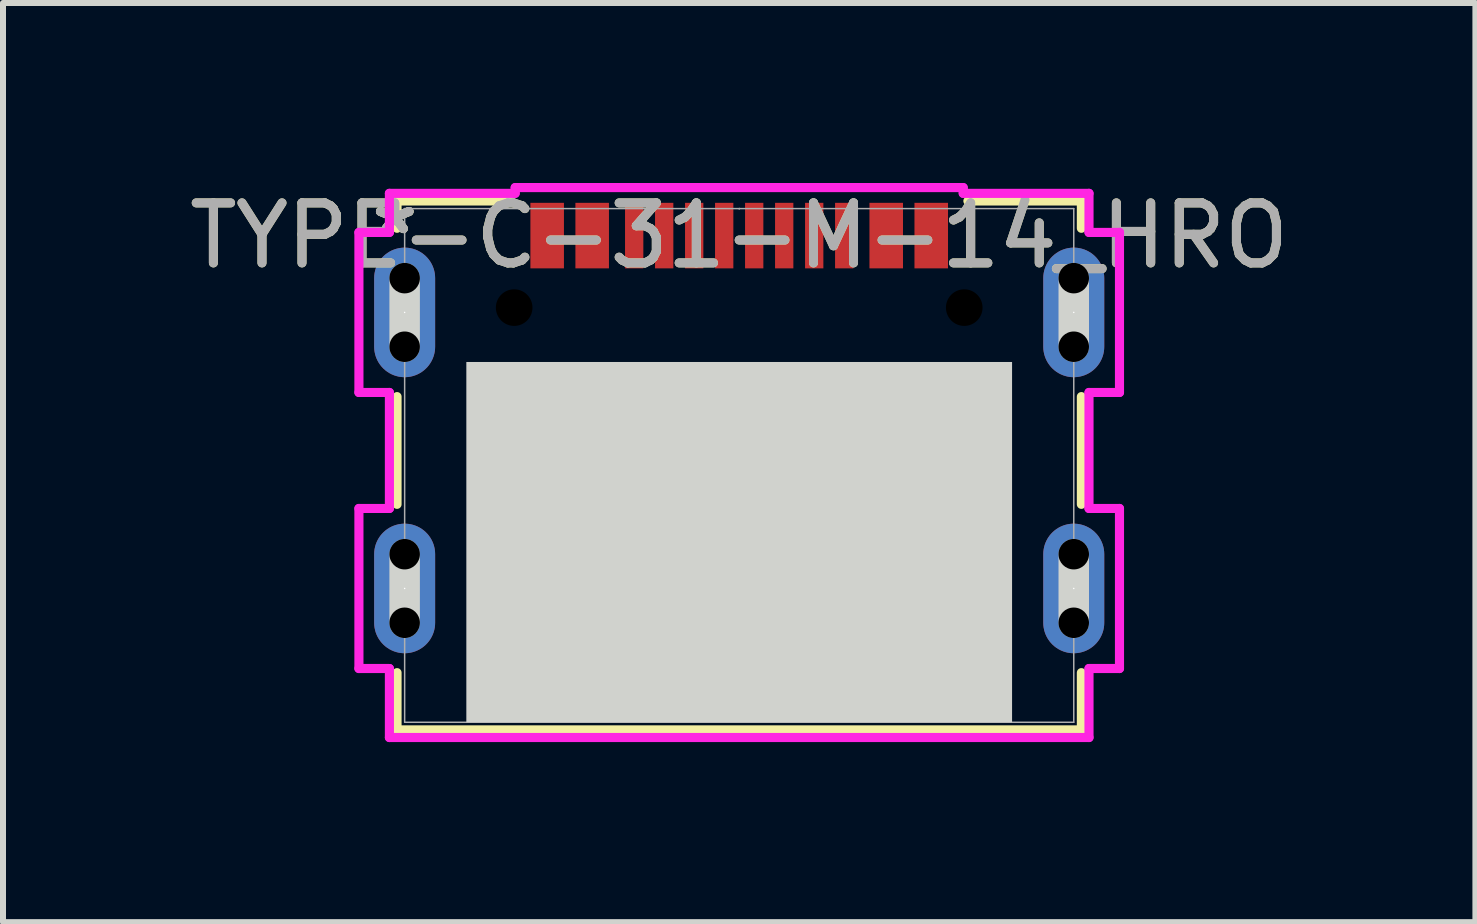
<source format=kicad_pcb>
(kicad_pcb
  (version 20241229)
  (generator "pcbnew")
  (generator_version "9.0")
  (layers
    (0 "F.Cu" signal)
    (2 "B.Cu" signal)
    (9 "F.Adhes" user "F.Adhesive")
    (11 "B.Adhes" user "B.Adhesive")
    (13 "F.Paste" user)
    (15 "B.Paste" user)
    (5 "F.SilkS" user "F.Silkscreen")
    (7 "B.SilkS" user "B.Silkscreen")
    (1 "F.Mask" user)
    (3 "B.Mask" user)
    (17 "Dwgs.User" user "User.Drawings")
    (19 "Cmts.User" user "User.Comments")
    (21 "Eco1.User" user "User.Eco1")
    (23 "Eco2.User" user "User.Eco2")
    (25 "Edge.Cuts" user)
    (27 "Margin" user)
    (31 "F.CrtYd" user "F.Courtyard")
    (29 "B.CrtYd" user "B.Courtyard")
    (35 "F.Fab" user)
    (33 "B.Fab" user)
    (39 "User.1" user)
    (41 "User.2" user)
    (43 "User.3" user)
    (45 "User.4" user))
  (footprint "TYPE-C-31-M-14_HRO"
    (layer "F.Cu")
    (at 9.268 4.706)
    (property "Reference" "TYPE-C-31-M-14_HRO" (at 0 -3.83 0) (unlocked yes) (layer "F.SilkS") (effects (font (size 1 1) (thickness 0.15))))
    (attr smd)
    (fp_line (start -5.702 -4.407) (end -5.702 -3.952) (stroke (width 0.152) (type solid)) (layer "F.SilkS"))
    (fp_line (start -5.702 -1.147) (end -5.702 0.648) (stroke (width 0.152) (type solid)) (layer "F.SilkS"))
    (fp_line (start -5.702 3.453) (end -5.702 4.407) (stroke (width 0.152) (type solid)) (layer "F.SilkS"))
    (fp_line (start -5.702 4.407) (end 5.702 4.407) (stroke (width 0.152) (type solid)) (layer "F.SilkS"))
    (fp_line (start -3.811 -4.407) (end -5.702 -4.407) (stroke (width 0.152) (type solid)) (layer "F.SilkS"))
    (fp_line (start 5.702 -4.407) (end 3.811 -4.407) (stroke (width 0.152) (type solid)) (layer "F.SilkS"))
    (fp_line (start 5.702 -3.952) (end 5.702 -4.407) (stroke (width 0.152) (type solid)) (layer "F.SilkS"))
    (fp_line (start 5.702 0.648) (end 5.702 -1.147) (stroke (width 0.152) (type solid)) (layer "F.SilkS"))
    (fp_line (start 5.702 4.407) (end 5.702 3.453) (stroke (width 0.152) (type solid)) (layer "F.SilkS"))
    (fp_line (start -5.575 -1.978) (end -5.575 -3.121) (stroke (width 0.508) (type solid)) (layer "Edge.Cuts"))
    (fp_line (start -5.575 2.622) (end -5.575 1.479) (stroke (width 0.508) (type solid)) (layer "Edge.Cuts"))
    (fp_line (start 5.575 -1.978) (end 5.575 -3.121) (stroke (width 0.508) (type solid)) (layer "Edge.Cuts"))
    (fp_line (start 5.575 2.622) (end 5.575 1.479) (stroke (width 0.508) (type solid)) (layer "Edge.Cuts"))
    (fp_poly (pts (xy -4.547 4.28) (xy 4.547 4.28) (xy 4.547 -1.724) (xy -4.547 -1.724)) (stroke (width 0) (type solid)) (fill yes) (layer "Edge.Cuts"))
    (fp_line (start -6.337 -3.883) (end -6.337 -1.216) (stroke (width 0.152) (type solid)) (layer "F.CrtYd"))
    (fp_line (start -6.337 -1.216) (end -5.829 -1.216) (stroke (width 0.152) (type solid)) (layer "F.CrtYd"))
    (fp_line (start -6.337 0.717) (end -6.337 3.384) (stroke (width 0.152) (type solid)) (layer "F.CrtYd"))
    (fp_line (start -6.337 3.384) (end -5.829 3.384) (stroke (width 0.152) (type solid)) (layer "F.CrtYd"))
    (fp_line (start -5.829 4.534) (end 5.829 4.534) (stroke (width 0.152) (type solid)) (layer "F.CrtYd"))
    (fp_line (start -5.829 3.384) (end -5.829 4.534) (stroke (width 0.152) (type solid)) (layer "F.CrtYd"))
    (fp_line (start -5.829 0.717) (end -6.337 0.717) (stroke (width 0.152) (type solid)) (layer "F.CrtYd"))
    (fp_line (start -5.829 -1.216) (end -5.829 0.717) (stroke (width 0.152) (type solid)) (layer "F.CrtYd"))
    (fp_line (start -5.829 -3.883) (end -6.337 -3.883) (stroke (width 0.152) (type solid)) (layer "F.CrtYd"))
    (fp_line (start -5.829 -4.534) (end -5.829 -3.883) (stroke (width 0.152) (type solid)) (layer "F.CrtYd"))
    (fp_line (start -3.733 -4.63) (end -3.733 -4.534) (stroke (width 0.152) (type solid)) (layer "F.CrtYd"))
    (fp_line (start -3.733 -4.534) (end -5.829 -4.534) (stroke (width 0.152) (type solid)) (layer "F.CrtYd"))
    (fp_line (start 3.733 -4.63) (end -3.733 -4.63) (stroke (width 0.152) (type solid)) (layer "F.CrtYd"))
    (fp_line (start 3.733 -4.534) (end 3.733 -4.63) (stroke (width 0.152) (type solid)) (layer "F.CrtYd"))
    (fp_line (start 5.829 -4.534) (end 3.733 -4.534) (stroke (width 0.152) (type solid)) (layer "F.CrtYd"))
    (fp_line (start 5.829 -3.883) (end 5.829 -4.534) (stroke (width 0.152) (type solid)) (layer "F.CrtYd"))
    (fp_line (start 5.829 -1.216) (end 6.337 -1.216) (stroke (width 0.152) (type solid)) (layer "F.CrtYd"))
    (fp_line (start 5.829 0.717) (end 5.829 -1.216) (stroke (width 0.152) (type solid)) (layer "F.CrtYd"))
    (fp_line (start 5.829 3.384) (end 6.337 3.384) (stroke (width 0.152) (type solid)) (layer "F.CrtYd"))
    (fp_line (start 5.829 4.534) (end 5.829 3.384) (stroke (width 0.152) (type solid)) (layer "F.CrtYd"))
    (fp_line (start 6.337 -3.883) (end 5.829 -3.883) (stroke (width 0.152) (type solid)) (layer "F.CrtYd"))
    (fp_line (start 6.337 -1.216) (end 6.337 -3.883) (stroke (width 0.152) (type solid)) (layer "F.CrtYd"))
    (fp_line (start 6.337 0.717) (end 5.829 0.717) (stroke (width 0.152) (type solid)) (layer "F.CrtYd"))
    (fp_line (start 6.337 3.384) (end 6.337 0.717) (stroke (width 0.152) (type solid)) (layer "F.CrtYd"))
    (fp_line (start -5.575 -4.28) (end -5.575 4.28) (stroke (width 0.025) (type solid)) (layer "F.Fab"))
    (fp_line (start -5.575 4.28) (end 5.575 4.28) (stroke (width 0.025) (type solid)) (layer "F.Fab"))
    (fp_line (start 0 -4.28) (end 0 -4.28) (stroke (width 0.025) (type solid)) (layer "F.Fab"))
    (fp_line (start 0 -4.28) (end 0 -4.28) (stroke (width 0.025) (type solid)) (layer "F.Fab"))
    (fp_line (start 0 -4.28) (end 0 -4.28) (stroke (width 0.025) (type solid)) (layer "F.Fab"))
    (fp_line (start 0 -4.28) (end 0 -4.28) (stroke (width 0.025) (type solid)) (layer "F.Fab"))
    (fp_line (start 5.575 -4.28) (end -5.575 -4.28) (stroke (width 0.025) (type solid)) (layer "F.Fab"))
    (fp_line (start 5.575 4.28) (end 5.575 -4.28) (stroke (width 0.025) (type solid)) (layer "F.Fab"))
    (fp_text user "*" (at -5.74 -3.83 0) (layer "F.SilkS") (effects (font (size 1 1) (thickness 0.15))))
    (fp_text user "*" (at -5.74 -3.83 0) (unlocked yes) (layer "F.SilkS") (effects (font (size 1 1) (thickness 0.15))))
    (fp_text user "*" (at -5.74 -3.83 0) (unlocked yes) (layer "F.Fab") (effects (font (size 1 1) (thickness 0.15))))
    (fp_text user "${REFERENCE}" (at 0 -3.83 0) (unlocked yes) (layer "F.Fab") (effects (font (size 1 1) (thickness 0.15))))
    (fp_text user "*" (at -5.74 -3.83 0) (layer "F.Fab") (effects (font (size 1 1) (thickness 0.15))))
    (pad "" np_thru_hole circle (at -5.575 -3.121) (size 0.508 0.508) (drill 0.508) (layers))
    (pad "" np_thru_hole circle (at -5.575 -1.978) (size 0.508 0.508) (drill 0.508) (layers))
    (pad "" np_thru_hole circle (at -5.575 1.479) (size 0.508 0.508) (drill 0.508) (layers))
    (pad "" np_thru_hole circle (at -5.575 2.622) (size 0.508 0.508) (drill 0.508) (layers))
    (pad "" np_thru_hole circle (at -3.75 -2.63) (size 0.61 0.61) (drill 0.61) (layers))
    (pad "" np_thru_hole circle (at 3.75 -2.63) (size 0.61 0.61) (drill 0.61) (layers))
    (pad "" np_thru_hole circle (at 5.575 -3.121) (size 0.508 0.508) (drill 0.508) (layers))
    (pad "" np_thru_hole circle (at 5.575 -1.978) (size 0.508 0.508) (drill 0.508) (layers))
    (pad "" np_thru_hole circle (at 5.575 1.479) (size 0.508 0.508) (drill 0.508) (layers))
    (pad "" np_thru_hole circle (at 5.575 2.622) (size 0.508 0.508) (drill 0.508) (layers))
    (pad "A1B12" smd rect (at -3.2 -3.83) (size 0.559 1.092) (layers "F.Cu" "F.Mask" "F.Paste"))
    (pad "A4B9" smd rect (at -2.45 -3.83) (size 0.559 1.092) (layers "F.Cu" "F.Mask" "F.Paste"))
    (pad "A5" smd rect (at -1.25 -3.83) (size 0.305 1.092) (layers "F.Cu" "F.Mask" "F.Paste"))
    (pad "A6" smd rect (at -0.25 -3.83) (size 0.305 1.092) (layers "F.Cu" "F.Mask" "F.Paste"))
    (pad "A7" smd rect (at 0.25 -3.83) (size 0.305 1.092) (layers "F.Cu" "F.Mask" "F.Paste"))
    (pad "A8" smd rect (at 1.25 -3.83) (size 0.305 1.092) (layers "F.Cu" "F.Mask" "F.Paste"))
    (pad "B1A12" smd rect (at 3.2 -3.83) (size 0.559 1.092) (layers "F.Cu" "F.Mask" "F.Paste"))
    (pad "B4A9" smd rect (at 2.45 -3.83) (size 0.559 1.092) (layers "F.Cu" "F.Mask" "F.Paste"))
    (pad "B5" smd rect (at 1.75 -3.83) (size 0.305 1.092) (layers "F.Cu" "F.Mask" "F.Paste"))
    (pad "B6" smd rect (at 0.75 -3.83) (size 0.305 1.092) (layers "F.Cu" "F.Mask" "F.Paste"))
    (pad "B7" smd rect (at -0.75 -3.83) (size 0.305 1.092) (layers "F.Cu" "F.Mask" "F.Paste"))
    (pad "B8" smd rect (at -1.75 -3.83) (size 0.305 1.092) (layers "F.Cu" "F.Mask" "F.Paste"))
    (pad "S_1" thru_hole oval (at -5.575 -2.55 90) (size 2.159 1.016) (drill 0.025) (layers "*.Cu" "*.Mask"))
    (pad "S_2" thru_hole oval (at 5.575 -2.55 90) (size 2.159 1.016) (drill 0.025) (layers "*.Cu" "*.Mask"))
    (pad "S_3" thru_hole oval (at -5.575 2.05 90) (size 2.159 1.016) (drill 0.025) (layers "*.Cu" "*.Mask"))
    (pad "S_4" thru_hole oval (at 5.575 2.05 90) (size 2.159 1.016) (drill 0.025) (layers "*.Cu" "*.Mask")))
  (gr_rect
    (start -3 -3)
    (end 21.536 12.316)
    (stroke (width 0.1) (type default))
    (fill no)
    (layer "Edge.Cuts")))
</source>
